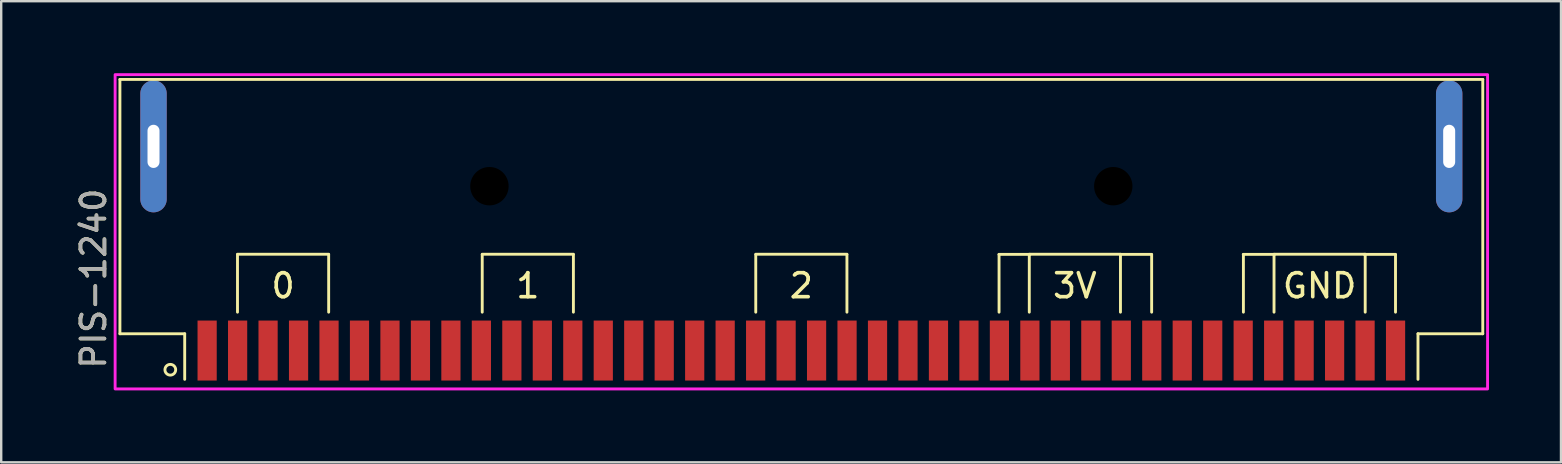
<source format=kicad_pcb>
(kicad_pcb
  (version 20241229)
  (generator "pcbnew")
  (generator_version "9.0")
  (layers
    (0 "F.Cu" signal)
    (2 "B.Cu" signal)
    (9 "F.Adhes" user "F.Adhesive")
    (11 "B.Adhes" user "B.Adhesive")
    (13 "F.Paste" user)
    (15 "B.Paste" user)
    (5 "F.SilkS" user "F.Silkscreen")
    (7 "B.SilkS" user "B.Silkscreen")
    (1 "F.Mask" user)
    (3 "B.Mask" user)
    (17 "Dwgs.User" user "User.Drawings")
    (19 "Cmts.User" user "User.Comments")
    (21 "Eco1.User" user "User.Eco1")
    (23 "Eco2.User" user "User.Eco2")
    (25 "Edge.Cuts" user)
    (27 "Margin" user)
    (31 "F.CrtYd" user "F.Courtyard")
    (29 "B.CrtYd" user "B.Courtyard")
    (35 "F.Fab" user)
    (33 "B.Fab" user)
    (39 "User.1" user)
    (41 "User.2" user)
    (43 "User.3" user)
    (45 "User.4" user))
  (footprint "PIS-1240"
    (layer "F.Cu")
    (at 30.348 11.56)
    (property "Reference" "PIS-1240" (at -29.5 -3 90) (layer "F.SilkS") (effects (font (size 1 1) (thickness 0.15))))
    (attr smd)
    (fp_line (start -28.4 -11.3) (end -28.4 -0.7) (stroke (width 0.12) (type solid)) (layer "F.SilkS"))
    (fp_line (start -28.4 -11.3) (end 28.4 -11.3) (stroke (width 0.12) (type solid)) (layer "F.SilkS"))
    (fp_line (start -28.4 -0.7) (end -25.7 -0.7) (stroke (width 0.12) (type solid)) (layer "F.SilkS"))
    (fp_line (start -25.7 -0.7) (end -25.7 1.2) (stroke (width 0.12) (type solid)) (layer "F.SilkS"))
    (fp_line (start -23.5 -4.015) (end -19.7 -4.015) (stroke (width 0.12) (type solid)) (layer "F.SilkS"))
    (fp_line (start -23.5 -1.6) (end -23.5 -4) (stroke (width 0.12) (type solid)) (layer "F.SilkS"))
    (fp_line (start -19.7 -4) (end -19.7 -1.6) (stroke (width 0.12) (type solid)) (layer "F.SilkS"))
    (fp_line (start -13.3 -4.015) (end -9.5 -4.015) (stroke (width 0.12) (type solid)) (layer "F.SilkS"))
    (fp_line (start -13.3 -1.6) (end -13.3 -4) (stroke (width 0.12) (type solid)) (layer "F.SilkS"))
    (fp_line (start -9.5 -4) (end -9.5 -1.6) (stroke (width 0.12) (type solid)) (layer "F.SilkS"))
    (fp_line (start -1.9 -4.015) (end 1.9 -4.015) (stroke (width 0.12) (type solid)) (layer "F.SilkS"))
    (fp_line (start -1.9 -1.6) (end -1.9 -4) (stroke (width 0.12) (type solid)) (layer "F.SilkS"))
    (fp_line (start 1.9 -4) (end 1.9 -1.6) (stroke (width 0.12) (type solid)) (layer "F.SilkS"))
    (fp_line (start 8.24 -4) (end 8.24 -1.6) (stroke (width 0.12) (type solid)) (layer "F.SilkS"))
    (fp_line (start 9.5 -4.015) (end 13.3 -4.015) (stroke (width 0.12) (type solid)) (layer "F.SilkS"))
    (fp_line (start 9.5 -1.6) (end 9.5 -4) (stroke (width 0.12) (type solid)) (layer "F.SilkS"))
    (fp_line (start 9.535 -4.009) (end 8.235 -4.009) (stroke (width 0.12) (type solid)) (layer "F.SilkS"))
    (fp_line (start 13.299 -4.009) (end 14.599 -4.009) (stroke (width 0.12) (type solid)) (layer "F.SilkS"))
    (fp_line (start 13.3 -4) (end 13.3 -1.6) (stroke (width 0.12) (type solid)) (layer "F.SilkS"))
    (fp_line (start 14.6 -4) (end 14.6 -1.6) (stroke (width 0.12) (type solid)) (layer "F.SilkS"))
    (fp_line (start 18.424 -4) (end 18.424 -1.6) (stroke (width 0.12) (type solid)) (layer "F.SilkS"))
    (fp_line (start 19.7 -4.015) (end 23.5 -4.015) (stroke (width 0.12) (type solid)) (layer "F.SilkS"))
    (fp_line (start 19.7 -1.6) (end 19.7 -4) (stroke (width 0.12) (type solid)) (layer "F.SilkS"))
    (fp_line (start 19.718 -4.009) (end 18.418 -4.009) (stroke (width 0.12) (type solid)) (layer "F.SilkS"))
    (fp_line (start 23.462 -4.009) (end 24.762 -4.009) (stroke (width 0.12) (type solid)) (layer "F.SilkS"))
    (fp_line (start 23.5 -4) (end 23.5 -1.6) (stroke (width 0.12) (type solid)) (layer "F.SilkS"))
    (fp_line (start 24.763 -4) (end 24.763 -1.6) (stroke (width 0.12) (type solid)) (layer "F.SilkS"))
    (fp_line (start 25.7 -0.7) (end 25.7 1.2) (stroke (width 0.12) (type solid)) (layer "F.SilkS"))
    (fp_line (start 28.4 -11.3) (end 28.4 -0.7) (stroke (width 0.12) (type solid)) (layer "F.SilkS"))
    (fp_line (start 28.4 -0.7) (end 25.7 -0.7) (stroke (width 0.12) (type solid)) (layer "F.SilkS"))
    (fp_circle (center -26.3 0.8) (end -26.1 0.9) (stroke (width 0.12) (type solid)) (fill no) (layer "F.SilkS"))
    (fp_rect (start -28.6 -11.5) (end 28.6 1.6) (stroke (width 0.12) (type solid)) (fill no) (layer "F.CrtYd"))
    (fp_text user "3V" (at 11.4 -2.7 0) (unlocked yes) (layer "F.SilkS") (effects (font (size 1 1) (thickness 0.15))))
    (fp_text user "2" (at 0 -2.7 0) (unlocked yes) (layer "F.SilkS") (effects (font (size 1 1) (thickness 0.15))))
    (fp_text user "GND" (at 21.6 -2.7 0) (unlocked yes) (layer "F.SilkS") (effects (font (size 1 1) (thickness 0.15))))
    (fp_text user "1" (at -11.4 -2.7 0) (unlocked yes) (layer "F.SilkS") (effects (font (size 1 1) (thickness 0.15))))
    (fp_text user "0" (at -21.6 -2.7 0) (unlocked yes) (layer "F.SilkS") (effects (font (size 1 1) (thickness 0.15))))
    (fp_text user "${REFERENCE}" (at -29.5 -3 270) (layer "F.Fab") (effects (font (size 1 1) (thickness 0.15))))
    (pad "" np_thru_hole circle (at -13 -6.85) (size 1.6 1.6) (drill 1.6) (layers "*.Mask"))
    (pad "" np_thru_hole circle (at 13 -6.85) (size 1.6 1.6) (drill 1.6) (layers "*.Mask"))
    (pad "1" smd rect (at -24.765 0 90) (size 2.5 0.8) (layers "F.Cu" "F.Mask" "F.Paste"))
    (pad "2" smd rect (at -23.495 0 90) (size 2.5 0.8) (layers "F.Cu" "F.Mask" "F.Paste"))
    (pad "3" smd rect (at -22.225 0 90) (size 2.5 0.8) (layers "F.Cu" "F.Mask" "F.Paste"))
    (pad "4" smd rect (at -20.955 0 90) (size 2.5 0.8) (layers "F.Cu" "F.Mask" "F.Paste"))
    (pad "5" smd rect (at -19.685 0 90) (size 2.5 0.8) (layers "F.Cu" "F.Mask" "F.Paste"))
    (pad "6" smd rect (at -18.415 0 90) (size 2.5 0.8) (layers "F.Cu" "F.Mask" "F.Paste"))
    (pad "7" smd rect (at -17.145 0 90) (size 2.5 0.8) (layers "F.Cu" "F.Mask" "F.Paste"))
    (pad "8" smd rect (at -15.875 0 90) (size 2.5 0.8) (layers "F.Cu" "F.Mask" "F.Paste"))
    (pad "9" smd rect (at -14.605 0 90) (size 2.5 0.8) (layers "F.Cu" "F.Mask" "F.Paste"))
    (pad "10" smd rect (at -13.335 0 90) (size 2.5 0.8) (layers "F.Cu" "F.Mask" "F.Paste"))
    (pad "11" smd rect (at -12.065 0 90) (size 2.5 0.8) (layers "F.Cu" "F.Mask" "F.Paste"))
    (pad "12" smd rect (at -10.795 0 90) (size 2.5 0.8) (layers "F.Cu" "F.Mask" "F.Paste"))
    (pad "13" smd rect (at -9.525 0 90) (size 2.5 0.8) (layers "F.Cu" "F.Mask" "F.Paste"))
    (pad "14" smd rect (at -8.255 0 90) (size 2.5 0.8) (layers "F.Cu" "F.Mask" "F.Paste"))
    (pad "15" smd rect (at -6.985 0 90) (size 2.5 0.8) (layers "F.Cu" "F.Mask" "F.Paste"))
    (pad "16" smd rect (at -5.715 0 90) (size 2.5 0.8) (layers "F.Cu" "F.Mask" "F.Paste"))
    (pad "17" smd rect (at -4.445 0 90) (size 2.5 0.8) (layers "F.Cu" "F.Mask" "F.Paste"))
    (pad "18" smd rect (at -3.175 0 90) (size 2.5 0.8) (layers "F.Cu" "F.Mask" "F.Paste"))
    (pad "19" smd rect (at -1.905 0 90) (size 2.5 0.8) (layers "F.Cu" "F.Mask" "F.Paste"))
    (pad "20" smd rect (at -0.635 0 90) (size 2.5 0.8) (layers "F.Cu" "F.Mask" "F.Paste"))
    (pad "21" smd rect (at 0.635 0 90) (size 2.5 0.8) (layers "F.Cu" "F.Mask" "F.Paste"))
    (pad "22" smd rect (at 1.905 0 90) (size 2.5 0.8) (layers "F.Cu" "F.Mask" "F.Paste"))
    (pad "23" smd rect (at 3.175 0 90) (size 2.5 0.8) (layers "F.Cu" "F.Mask" "F.Paste"))
    (pad "24" smd rect (at 4.445 0 90) (size 2.5 0.8) (layers "F.Cu" "F.Mask" "F.Paste"))
    (pad "25" smd rect (at 5.715 0 90) (size 2.5 0.8) (layers "F.Cu" "F.Mask" "F.Paste"))
    (pad "26" smd rect (at 6.985 0 90) (size 2.5 0.8) (layers "F.Cu" "F.Mask" "F.Paste"))
    (pad "27" smd rect (at 8.255 0 90) (size 2.5 0.8) (layers "F.Cu" "F.Mask" "F.Paste"))
    (pad "28" smd rect (at 9.525 0 90) (size 2.5 0.8) (layers "F.Cu" "F.Mask" "F.Paste"))
    (pad "29" smd rect (at 10.795 0 90) (size 2.5 0.8) (layers "F.Cu" "F.Mask" "F.Paste"))
    (pad "30" smd rect (at 12.065 0 90) (size 2.5 0.8) (layers "F.Cu" "F.Mask" "F.Paste"))
    (pad "31" smd rect (at 13.335 0 90) (size 2.5 0.8) (layers "F.Cu" "F.Mask" "F.Paste"))
    (pad "32" smd rect (at 14.605 0 90) (size 2.5 0.8) (layers "F.Cu" "F.Mask" "F.Paste"))
    (pad "33" smd rect (at 15.875 0 90) (size 2.5 0.8) (layers "F.Cu" "F.Mask" "F.Paste"))
    (pad "34" smd rect (at 17.145 0 90) (size 2.5 0.8) (layers "F.Cu" "F.Mask" "F.Paste"))
    (pad "35" smd rect (at 18.415 0 90) (size 2.5 0.8) (layers "F.Cu" "F.Mask" "F.Paste"))
    (pad "36" smd rect (at 19.685 0 90) (size 2.5 0.8) (layers "F.Cu" "F.Mask" "F.Paste"))
    (pad "37" smd rect (at 20.955 0 90) (size 2.5 0.8) (layers "F.Cu" "F.Mask" "F.Paste"))
    (pad "38" smd rect (at 22.225 0 90) (size 2.5 0.8) (layers "F.Cu" "F.Mask" "F.Paste"))
    (pad "39" smd rect (at 23.495 0 90) (size 2.5 0.8) (layers "F.Cu" "F.Mask" "F.Paste"))
    (pad "40" smd rect (at 24.765 0 90) (size 2.5 0.8) (layers "F.Cu" "F.Mask" "F.Paste"))
    (pad "41" thru_hole oval (at -27 -8.51) (size 1.1 5.5) (drill oval 0.5 1.8) (layers "*.Cu" "*.Mask"))
    (pad "42" thru_hole oval (at 27 -8.51) (size 1.1 5.5) (drill oval 0.5 1.8) (layers "*.Cu" "*.Mask")))
  (gr_rect
    (start -3 -3)
    (end 62.008 16.22)
    (stroke (width 0.1) (type default))
    (fill no)
    (layer "Edge.Cuts")))
</source>
